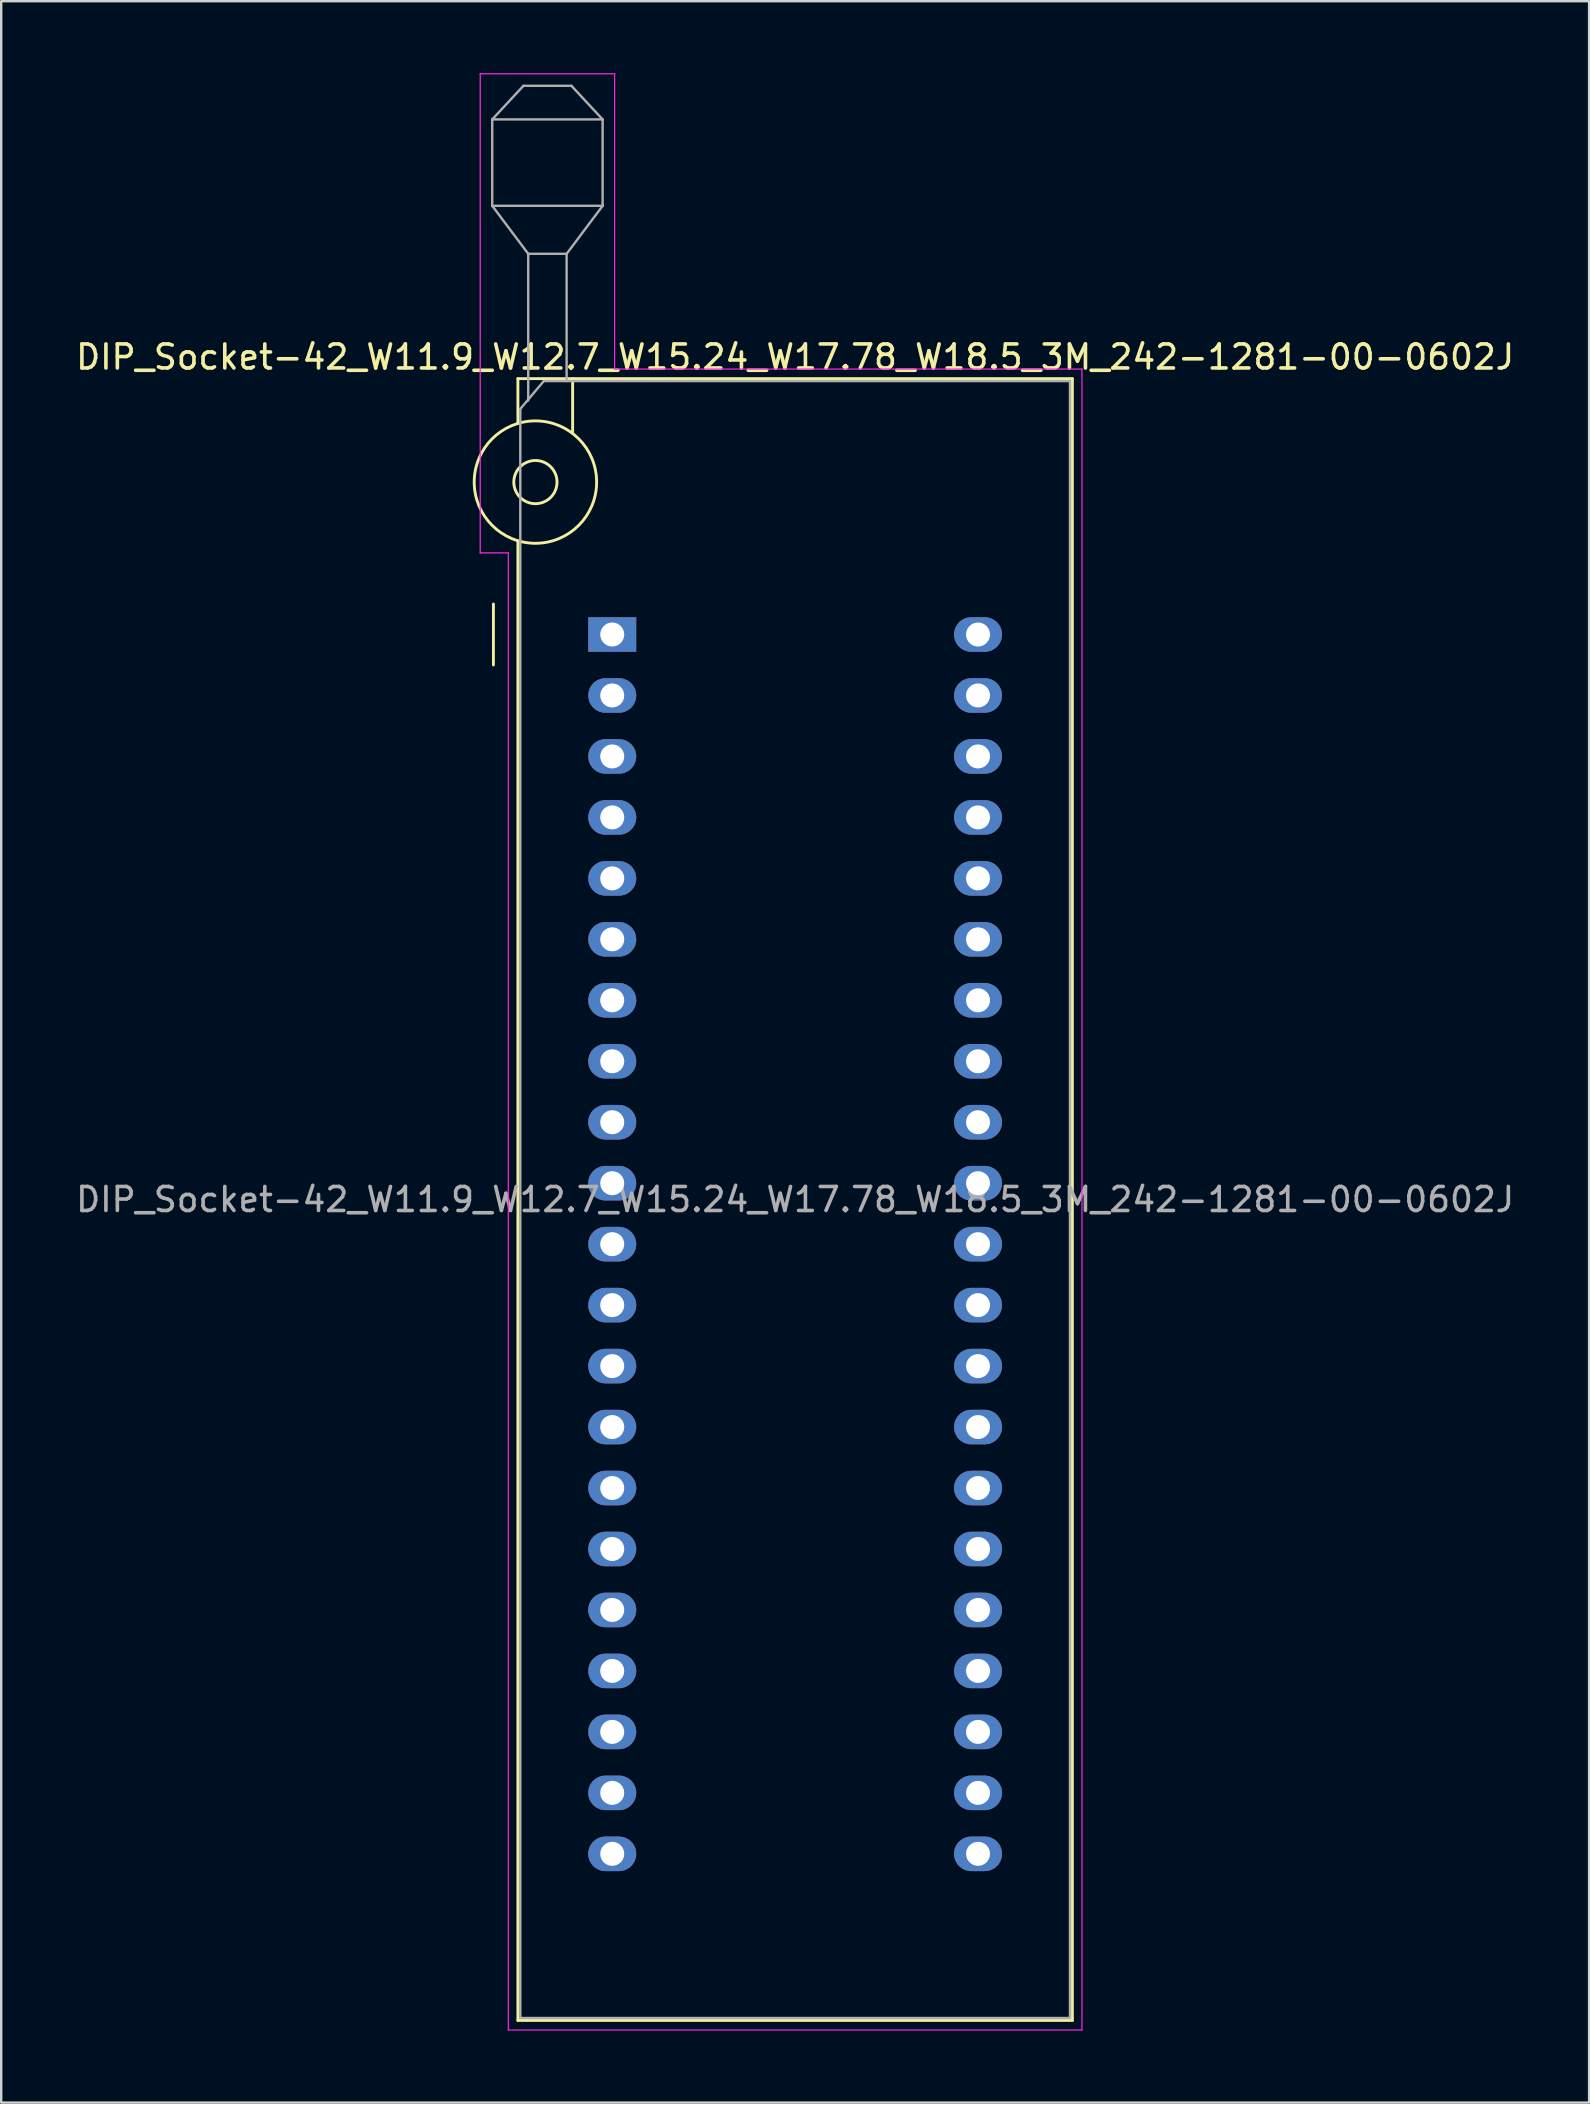
<source format=kicad_pcb>
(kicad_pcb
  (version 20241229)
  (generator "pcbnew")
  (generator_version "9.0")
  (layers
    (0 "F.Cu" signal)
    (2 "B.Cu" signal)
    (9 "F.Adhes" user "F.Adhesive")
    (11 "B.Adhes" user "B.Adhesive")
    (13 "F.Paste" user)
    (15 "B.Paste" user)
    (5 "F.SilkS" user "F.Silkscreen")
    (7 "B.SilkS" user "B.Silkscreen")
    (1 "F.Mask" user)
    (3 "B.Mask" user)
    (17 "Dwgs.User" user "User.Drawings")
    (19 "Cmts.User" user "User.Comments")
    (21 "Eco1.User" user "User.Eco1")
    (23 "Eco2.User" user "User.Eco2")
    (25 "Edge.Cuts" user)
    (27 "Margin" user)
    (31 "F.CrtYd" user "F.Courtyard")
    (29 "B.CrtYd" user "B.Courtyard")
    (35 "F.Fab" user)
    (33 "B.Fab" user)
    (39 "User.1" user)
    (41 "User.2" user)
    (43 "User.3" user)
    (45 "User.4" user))
  (footprint "DIP_Socket-42_W11.9_W12.7_W15.24_W17.78_W18.5_3M_242-1281-00-0602J"
    (layer "F.Cu")
    (at 22.457 23.385)
    (property "Reference" "DIP_Socket-42_W11.9_W12.7_W15.24_W17.78_W18.5_3M_242-1281-00-0602J" (at 7.62 -11.56 0) (layer "F.SilkS") (effects (font (size 1 1) (thickness 0.15))))
    (attr through_hole)
    (fp_line (start -4.95 1.27) (end -4.95 -1.27) (stroke (width 0.12) (type solid)) (layer "F.SilkS"))
    (fp_line (start -3.93 -10.66) (end -3.93 -8.8) (stroke (width 0.12) (type solid)) (layer "F.SilkS"))
    (fp_line (start -3.93 -3.9) (end -3.93 57.74) (stroke (width 0.12) (type solid)) (layer "F.SilkS"))
    (fp_line (start -3.93 57.74) (end 19.17 57.74) (stroke (width 0.12) (type solid)) (layer "F.SilkS"))
    (fp_line (start -1.65 -10.66) (end -1.65 -8.4) (stroke (width 0.12) (type solid)) (layer "F.SilkS"))
    (fp_line (start 19.17 -10.66) (end -3.93 -10.66) (stroke (width 0.12) (type solid)) (layer "F.SilkS"))
    (fp_line (start 19.17 57.74) (end 19.17 -10.66) (stroke (width 0.12) (type solid)) (layer "F.SilkS"))
    (fp_circle (center -3.2 -6.35) (end -2.3 -6.35) (stroke (width 0.12) (type solid)) (fill no) (layer "F.SilkS"))
    (fp_circle (center -3.2 -6.35) (end -0.65 -6.35) (stroke (width 0.12) (type solid)) (fill no) (layer "F.SilkS"))
    (fp_line (start -5.5 -23.36) (end 0.1 -23.36) (stroke (width 0.05) (type solid)) (layer "F.CrtYd"))
    (fp_line (start -5.5 -3.4) (end -5.5 -23.36) (stroke (width 0.05) (type solid)) (layer "F.CrtYd"))
    (fp_line (start -4.33 -3.4) (end -5.5 -3.4) (stroke (width 0.05) (type solid)) (layer "F.CrtYd"))
    (fp_line (start -4.33 58.14) (end -4.33 -3.4) (stroke (width 0.05) (type solid)) (layer "F.CrtYd"))
    (fp_line (start 0.1 -23.36) (end 0.1 -11.06) (stroke (width 0.05) (type solid)) (layer "F.CrtYd"))
    (fp_line (start 0.1 -11.06) (end 19.57 -11.06) (stroke (width 0.05) (type solid)) (layer "F.CrtYd"))
    (fp_line (start 19.57 -11.06) (end 19.57 58.14) (stroke (width 0.05) (type solid)) (layer "F.CrtYd"))
    (fp_line (start 19.57 58.14) (end -4.33 58.14) (stroke (width 0.05) (type solid)) (layer "F.CrtYd"))
    (fp_line (start -5 -21.46) (end -5 -17.86) (stroke (width 0.1) (type solid)) (layer "F.Fab"))
    (fp_line (start -5 -21.46) (end -3.7 -22.86) (stroke (width 0.1) (type solid)) (layer "F.Fab"))
    (fp_line (start -5 -17.86) (end -3.5 -15.86) (stroke (width 0.1) (type solid)) (layer "F.Fab"))
    (fp_line (start -5 -17.86) (end -0.4 -17.86) (stroke (width 0.1) (type solid)) (layer "F.Fab"))
    (fp_line (start -3.83 -9.4) (end -2.85 -10.56) (stroke (width 0.1) (type solid)) (layer "F.Fab"))
    (fp_line (start -3.83 57.64) (end -3.83 -9.4) (stroke (width 0.1) (type solid)) (layer "F.Fab"))
    (fp_line (start -3.7 -22.86) (end -1.7 -22.86) (stroke (width 0.1) (type solid)) (layer "F.Fab"))
    (fp_line (start -3.5 -15.86) (end -1.9 -15.86) (stroke (width 0.1) (type solid)) (layer "F.Fab"))
    (fp_line (start -3.5 -9.75) (end -3.5 -15.86) (stroke (width 0.1) (type solid)) (layer "F.Fab"))
    (fp_line (start -2.85 -10.56) (end 19.07 -10.56) (stroke (width 0.1) (type solid)) (layer "F.Fab"))
    (fp_line (start -1.9 -15.86) (end -1.9 -10.56) (stroke (width 0.1) (type solid)) (layer "F.Fab"))
    (fp_line (start -1.7 -22.86) (end -0.4 -21.46) (stroke (width 0.1) (type solid)) (layer "F.Fab"))
    (fp_line (start -0.4 -21.46) (end -5 -21.46) (stroke (width 0.1) (type solid)) (layer "F.Fab"))
    (fp_line (start -0.4 -17.86) (end -1.9 -15.86) (stroke (width 0.1) (type solid)) (layer "F.Fab"))
    (fp_line (start -0.4 -17.86) (end -0.4 -21.46) (stroke (width 0.1) (type solid)) (layer "F.Fab"))
    (fp_line (start 19.07 -10.56) (end 19.07 57.64) (stroke (width 0.1) (type solid)) (layer "F.Fab"))
    (fp_line (start 19.07 57.64) (end -3.83 57.64) (stroke (width 0.1) (type solid)) (layer "F.Fab"))
    (fp_text user "${REFERENCE}" (at 7.62 23.54 0) (layer "F.Fab") (effects (font (size 1 1) (thickness 0.15))))
    (pad "1" thru_hole rect (at 0 0) (size 2 1.44) (drill 1) (layers "*.Cu" "*.Mask"))
    (pad "2" thru_hole oval (at 0 2.54) (size 2 1.44) (drill 1) (layers "*.Cu" "*.Mask"))
    (pad "3" thru_hole oval (at 0 5.08) (size 2 1.44) (drill 1) (layers "*.Cu" "*.Mask"))
    (pad "4" thru_hole oval (at 0 7.62) (size 2 1.44) (drill 1) (layers "*.Cu" "*.Mask"))
    (pad "5" thru_hole oval (at 0 10.16) (size 2 1.44) (drill 1) (layers "*.Cu" "*.Mask"))
    (pad "6" thru_hole oval (at 0 12.7) (size 2 1.44) (drill 1) (layers "*.Cu" "*.Mask"))
    (pad "7" thru_hole oval (at 0 15.24) (size 2 1.44) (drill 1) (layers "*.Cu" "*.Mask"))
    (pad "8" thru_hole oval (at 0 17.78) (size 2 1.44) (drill 1) (layers "*.Cu" "*.Mask"))
    (pad "9" thru_hole oval (at 0 20.32) (size 2 1.44) (drill 1) (layers "*.Cu" "*.Mask"))
    (pad "10" thru_hole oval (at 0 22.86) (size 2 1.44) (drill 1) (layers "*.Cu" "*.Mask"))
    (pad "11" thru_hole oval (at 0 25.4) (size 2 1.44) (drill 1) (layers "*.Cu" "*.Mask"))
    (pad "12" thru_hole oval (at 0 27.94) (size 2 1.44) (drill 1) (layers "*.Cu" "*.Mask"))
    (pad "13" thru_hole oval (at 0 30.48) (size 2 1.44) (drill 1) (layers "*.Cu" "*.Mask"))
    (pad "14" thru_hole oval (at 0 33.02) (size 2 1.44) (drill 1) (layers "*.Cu" "*.Mask"))
    (pad "15" thru_hole oval (at 0 35.56) (size 2 1.44) (drill 1) (layers "*.Cu" "*.Mask"))
    (pad "16" thru_hole oval (at 0 38.1) (size 2 1.44) (drill 1) (layers "*.Cu" "*.Mask"))
    (pad "17" thru_hole oval (at 0 40.64) (size 2 1.44) (drill 1) (layers "*.Cu" "*.Mask"))
    (pad "18" thru_hole oval (at 0 43.18) (size 2 1.44) (drill 1) (layers "*.Cu" "*.Mask"))
    (pad "19" thru_hole oval (at 0 45.72) (size 2 1.44) (drill 1) (layers "*.Cu" "*.Mask"))
    (pad "20" thru_hole oval (at 0 48.26) (size 2 1.44) (drill 1) (layers "*.Cu" "*.Mask"))
    (pad "21" thru_hole oval (at 0 50.8) (size 2 1.44) (drill 1) (layers "*.Cu" "*.Mask"))
    (pad "22" thru_hole oval (at 15.24 50.8) (size 2 1.44) (drill 1) (layers "*.Cu" "*.Mask"))
    (pad "23" thru_hole oval (at 15.24 48.26) (size 2 1.44) (drill 1) (layers "*.Cu" "*.Mask"))
    (pad "24" thru_hole oval (at 15.24 45.72) (size 2 1.44) (drill 1) (layers "*.Cu" "*.Mask"))
    (pad "25" thru_hole oval (at 15.24 43.18) (size 2 1.44) (drill 1) (layers "*.Cu" "*.Mask"))
    (pad "26" thru_hole oval (at 15.24 40.64) (size 2 1.44) (drill 1) (layers "*.Cu" "*.Mask"))
    (pad "27" thru_hole oval (at 15.24 38.1) (size 2 1.44) (drill 1) (layers "*.Cu" "*.Mask"))
    (pad "28" thru_hole oval (at 15.24 35.56) (size 2 1.44) (drill 1) (layers "*.Cu" "*.Mask"))
    (pad "29" thru_hole oval (at 15.24 33.02) (size 2 1.44) (drill 1) (layers "*.Cu" "*.Mask"))
    (pad "30" thru_hole oval (at 15.24 30.48) (size 2 1.44) (drill 1) (layers "*.Cu" "*.Mask"))
    (pad "31" thru_hole oval (at 15.24 27.94) (size 2 1.44) (drill 1) (layers "*.Cu" "*.Mask"))
    (pad "32" thru_hole oval (at 15.24 25.4) (size 2 1.44) (drill 1) (layers "*.Cu" "*.Mask"))
    (pad "33" thru_hole oval (at 15.24 22.86) (size 2 1.44) (drill 1) (layers "*.Cu" "*.Mask"))
    (pad "34" thru_hole oval (at 15.24 20.32) (size 2 1.44) (drill 1) (layers "*.Cu" "*.Mask"))
    (pad "35" thru_hole oval (at 15.24 17.78) (size 2 1.44) (drill 1) (layers "*.Cu" "*.Mask"))
    (pad "36" thru_hole oval (at 15.24 15.24) (size 2 1.44) (drill 1) (layers "*.Cu" "*.Mask"))
    (pad "37" thru_hole oval (at 15.24 12.7) (size 2 1.44) (drill 1) (layers "*.Cu" "*.Mask"))
    (pad "38" thru_hole oval (at 15.24 10.16) (size 2 1.44) (drill 1) (layers "*.Cu" "*.Mask"))
    (pad "39" thru_hole oval (at 15.24 7.62) (size 2 1.44) (drill 1) (layers "*.Cu" "*.Mask"))
    (pad "40" thru_hole oval (at 15.24 5.08) (size 2 1.44) (drill 1) (layers "*.Cu" "*.Mask"))
    (pad "41" thru_hole oval (at 15.24 2.54) (size 2 1.44) (drill 1) (layers "*.Cu" "*.Mask"))
    (pad "42" thru_hole oval (at 15.24 0) (size 2 1.44) (drill 1) (layers "*.Cu" "*.Mask")))
  (gr_rect
    (start -3 -3)
    (end 63.155 84.55)
    (stroke (width 0.1) (type default))
    (fill no)
    (layer "Edge.Cuts")))
</source>
